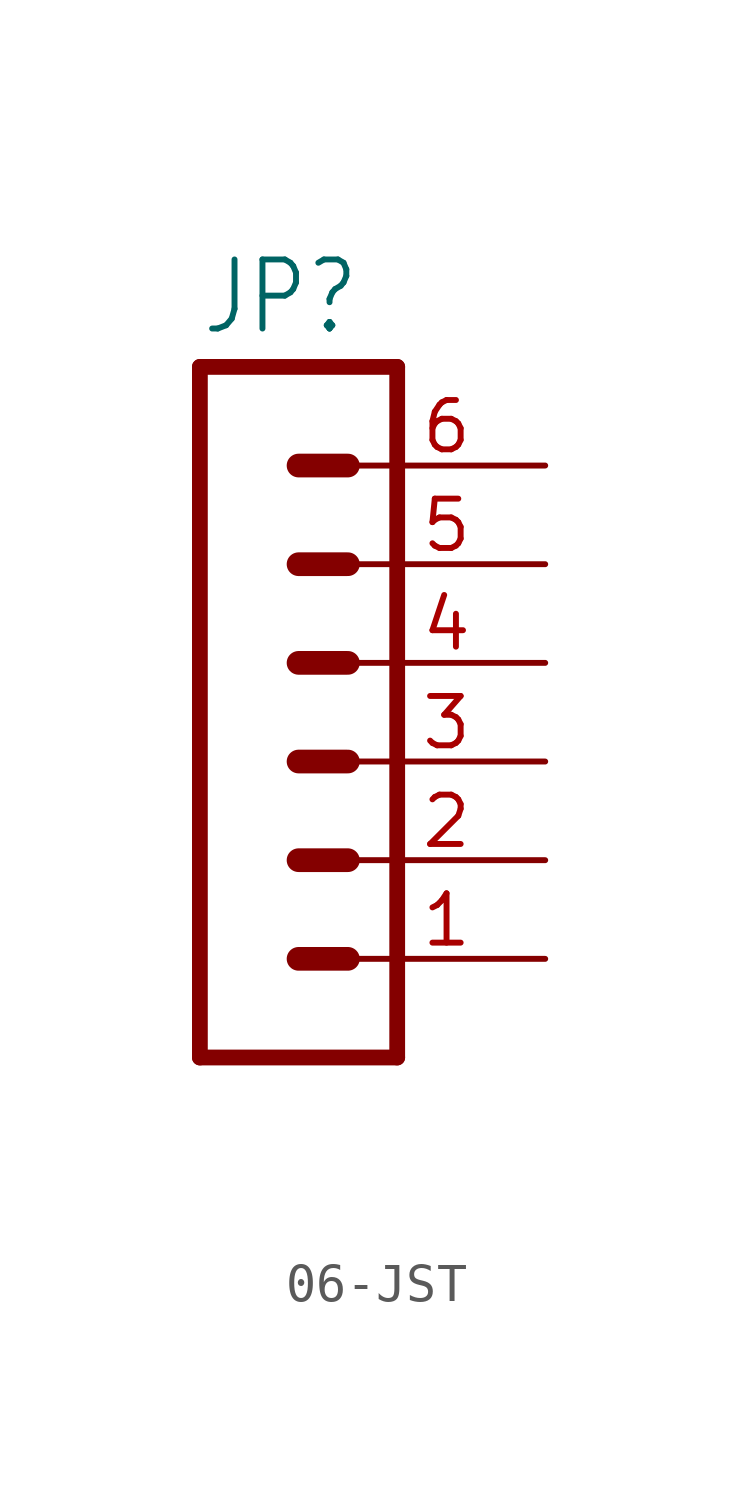
<source format=kicad_sym>
(kicad_symbol_lib
  (version 20220914)
  (generator kicad_symbol_editor)
  (symbol "06-JST"
    (property "Reference" "JP"
      (at -1.27 8.382 0)
      (effects (font (size 1.778 1.511)) (justify left bottom)))
    (property "Value" ""
      (at -1.27 -12.7 0)
      (effects (font (size 1.778 1.511)) (justify left bottom)))
    (property "ki_locked" ""
      (at 0 0 0)
      (effects (font (size 1.27 1.27))))
    (symbol "06-JST_1_0"
      (polyline (pts (xy -1.27 7.62) (xy -1.27 -10.16)) (stroke (width 0.406) (type solid)) (fill (type none)))
      (polyline (pts (xy -1.27 7.62) (xy 3.81 7.62)) (stroke (width 0.406) (type solid)) (fill (type none)))
      (polyline (pts (xy 1.27 -7.62) (xy 2.54 -7.62)) (stroke (width 0.61) (type solid)) (fill (type none)))
      (polyline (pts (xy 1.27 -5.08) (xy 2.54 -5.08)) (stroke (width 0.61) (type solid)) (fill (type none)))
      (polyline (pts (xy 1.27 -2.54) (xy 2.54 -2.54)) (stroke (width 0.61) (type solid)) (fill (type none)))
      (polyline (pts (xy 1.27 0) (xy 2.54 0)) (stroke (width 0.61) (type solid)) (fill (type none)))
      (polyline (pts (xy 1.27 2.54) (xy 2.54 2.54)) (stroke (width 0.61) (type solid)) (fill (type none)))
      (polyline (pts (xy 1.27 5.08) (xy 2.54 5.08)) (stroke (width 0.61) (type solid)) (fill (type none)))
      (polyline (pts (xy 3.81 -10.16) (xy -1.27 -10.16)) (stroke (width 0.406) (type solid)) (fill (type none)))
      (polyline (pts (xy 3.81 -10.16) (xy 3.81 7.62)) (stroke (width 0.406) (type solid)) (fill (type none)))
      (pin passive line (at 7.62 -7.62 180) (length 5.08) (name "1" (effects (font (size 0 0)))) (number "1" (effects (font (size 1.27 1.27)))))
      (pin passive line (at 7.62 -5.08 180) (length 5.08) (name "2" (effects (font (size 0 0)))) (number "2" (effects (font (size 1.27 1.27)))))
      (pin passive line (at 7.62 -2.54 180) (length 5.08) (name "3" (effects (font (size 0 0)))) (number "3" (effects (font (size 1.27 1.27)))))
      (pin passive line (at 7.62 0 180) (length 5.08) (name "4" (effects (font (size 0 0)))) (number "4" (effects (font (size 1.27 1.27)))))
      (pin passive line (at 7.62 2.54 180) (length 5.08) (name "5" (effects (font (size 0 0)))) (number "5" (effects (font (size 1.27 1.27)))))
      (pin passive line (at 7.62 5.08 180) (length 5.08) (name "6" (effects (font (size 0 0)))) (number "6" (effects (font (size 1.27 1.27))))))))
</source>
